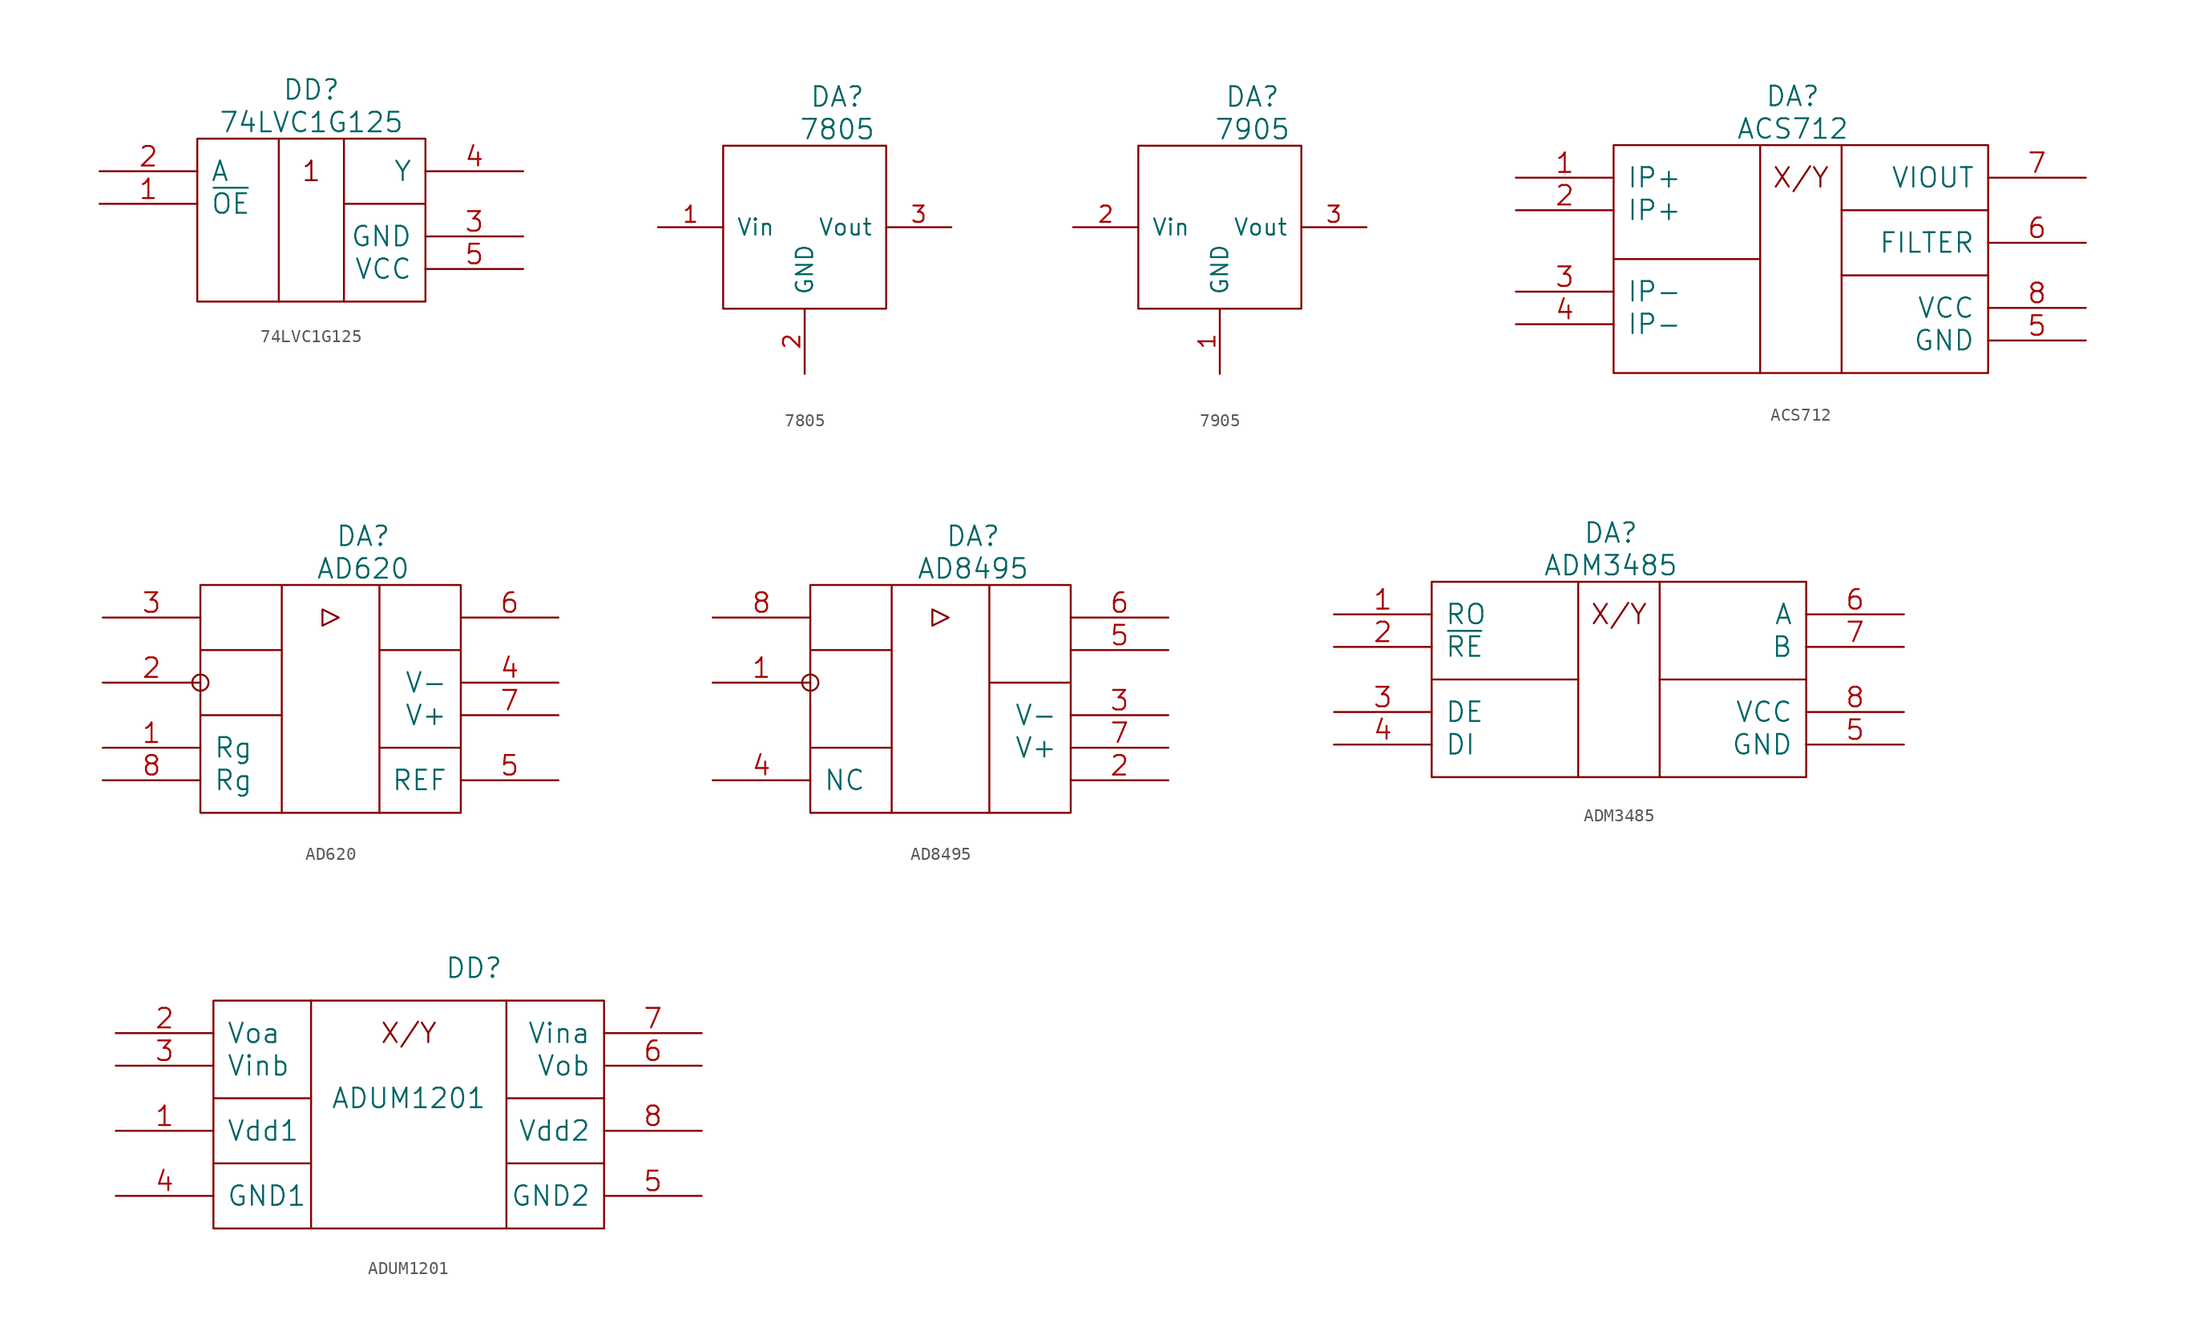
<source format=kicad_sym>
(kicad_symbol_lib
  (version 20211014)
  (generator kicad_symbol_editor)
  (symbol "74LVC1G125"
    (pin_names
      (offset 1.016))
    (property "Reference" "DD"
      (at 8.89 6.35 0)
      (effects (font (size 1.524 1.524))))
    (property "Value" "74LVC1G125"
      (at 8.89 3.81 0)
      (effects (font (size 1.524 1.524))))
    (property "Footprint" ""
      (at 0 2.54 0)
      (effects (font (size 1.524 1.524))))
    (property "Datasheet" ""
      (at 0 2.54 0)
      (effects (font (size 1.524 1.524))))
    (symbol "74LVC1G125_0_0"
      (polyline (pts (xy 6.35 -10.16) (xy 6.35 2.54)) (stroke (width 0) (type default) (color 0 0 0 0)) (fill (type none)))
      (polyline (pts (xy 11.43 -10.16) (xy 11.43 2.54)) (stroke (width 0) (type default) (color 0 0 0 0)) (fill (type none)))
      (polyline (pts (xy 17.78 -2.54) (xy 11.43 -2.54)) (stroke (width 0) (type default) (color 0 0 0 0)) (fill (type none)))
      (rectangle (start 0 2.54) (end 17.78 -10.16) (stroke (width 0) (type default) (color 0 0 0 0)) (fill (type none)))
      (text "1" (at 8.89 0 0) (effects (font (size 1.524 1.524))))
      (pin input line (at -7.62 -2.54 0) (length 7.62) (name "~{OE}" (effects (font (size 1.524 1.524)))) (number "1" (effects (font (size 1.524 1.524)))))
      (pin input line (at -7.62 0 0) (length 7.62) (name "A" (effects (font (size 1.524 1.524)))) (number "2" (effects (font (size 1.524 1.524)))))
      (pin power_out line (at 25.4 -5.08 180) (length 7.62) (name "GND" (effects (font (size 1.524 1.524)))) (number "3" (effects (font (size 1.524 1.524)))))
      (pin output line (at 25.4 0 180) (length 7.62) (name "Y" (effects (font (size 1.524 1.524)))) (number "4" (effects (font (size 1.524 1.524)))))
      (pin power_in line (at 25.4 -7.62 180) (length 7.62) (name "VCC" (effects (font (size 1.524 1.524)))) (number "5" (effects (font (size 1.524 1.524)))))))
  (symbol "7805"
    (pin_names
      (offset 1.016))
    (property "Reference" "DA"
      (at 8.89 3.81 0)
      (effects (font (size 1.524 1.524))))
    (property "Value" "7805"
      (at 8.89 1.27 0)
      (effects (font (size 1.524 1.524))))
    (property "Footprint" ""
      (at 0 0 0)
      (effects (font (size 1.524 1.524))))
    (property "Datasheet" ""
      (at 0 0 0)
      (effects (font (size 1.524 1.524))))
    (symbol "7805_0_1"
      (polyline (pts (xy 0 0) (xy 12.7 0) (xy 12.7 -12.7) (xy 0 -12.7) (xy 0 0) (xy 0 0)) (stroke (width 0) (type default) (color 0 0 0 0)) (fill (type none))))
    (symbol "7805_1_1"
      (pin passive line (at -5.08 -6.35 0) (length 5.08) (name "Vin" (effects (font (size 1.27 1.27)))) (number "1" (effects (font (size 1.27 1.27)))))
      (pin passive line (at 6.35 -17.78 90) (length 5.08) (name "GND" (effects (font (size 1.27 1.27)))) (number "2" (effects (font (size 1.27 1.27)))))
      (pin passive line (at 17.78 -6.35 180) (length 5.08) (name "Vout" (effects (font (size 1.27 1.27)))) (number "3" (effects (font (size 1.27 1.27)))))))
  (symbol "7905"
    (pin_names
      (offset 1.016))
    (property "Reference" "DA"
      (at 8.89 3.81 0)
      (effects (font (size 1.524 1.524))))
    (property "Value" "7905"
      (at 8.89 1.27 0)
      (effects (font (size 1.524 1.524))))
    (property "Footprint" ""
      (at 0 0 0)
      (effects (font (size 1.524 1.524))))
    (property "Datasheet" ""
      (at 0 0 0)
      (effects (font (size 1.524 1.524))))
    (symbol "7905_0_1"
      (polyline (pts (xy 0 0) (xy 12.7 0) (xy 12.7 -12.7) (xy 0 -12.7) (xy 0 0) (xy 0 0)) (stroke (width 0) (type default) (color 0 0 0 0)) (fill (type none))))
    (symbol "7905_1_1"
      (pin passive line (at 6.35 -17.78 90) (length 5.08) (name "GND" (effects (font (size 1.27 1.27)))) (number "1" (effects (font (size 1.27 1.27)))))
      (pin passive line (at -5.08 -6.35 0) (length 5.08) (name "Vin" (effects (font (size 1.27 1.27)))) (number "2" (effects (font (size 1.27 1.27)))))
      (pin passive line (at 17.78 -6.35 180) (length 5.08) (name "Vout" (effects (font (size 1.27 1.27)))) (number "3" (effects (font (size 1.27 1.27)))))))
  (symbol "ACS712"
    (pin_names
      (offset 1.016))
    (property "Reference" "DA"
      (at 13.97 3.81 0)
      (effects (font (size 1.524 1.524))))
    (property "Value" "ACS712"
      (at 13.97 1.27 0)
      (effects (font (size 1.524 1.524))))
    (property "Footprint" ""
      (at 0 0 0)
      (effects (font (size 1.524 1.524))))
    (property "Datasheet" ""
      (at 0 0 0)
      (effects (font (size 1.524 1.524))))
    (symbol "ACS712_0_0"
      (text "X/Y" (at 14.605 -2.54 0) (effects (font (size 1.524 1.524))))
      (pin input line (at -7.62 -2.54 0) (length 7.62) (name "IP+" (effects (font (size 1.524 1.524)))) (number "1" (effects (font (size 1.524 1.524)))))
      (pin input line (at -7.62 -5.08 0) (length 7.62) (name "IP+" (effects (font (size 1.524 1.524)))) (number "2" (effects (font (size 1.524 1.524)))))
      (pin input line (at -7.62 -11.43 0) (length 7.62) (name "IP-" (effects (font (size 1.524 1.524)))) (number "3" (effects (font (size 1.524 1.524)))))
      (pin input line (at -7.62 -13.97 0) (length 7.62) (name "IP-" (effects (font (size 1.524 1.524)))) (number "4" (effects (font (size 1.524 1.524)))))
      (pin power_out line (at 36.83 -15.24 180) (length 7.62) (name "GND" (effects (font (size 1.524 1.524)))) (number "5" (effects (font (size 1.524 1.524)))))
      (pin passive line (at 36.83 -7.62 180) (length 7.62) (name "FILTER" (effects (font (size 1.524 1.524)))) (number "6" (effects (font (size 1.524 1.524)))))
      (pin output line (at 36.83 -2.54 180) (length 7.62) (name "VIOUT" (effects (font (size 1.524 1.524)))) (number "7" (effects (font (size 1.524 1.524)))))
      (pin power_in line (at 36.83 -12.7 180) (length 7.62) (name "VCC" (effects (font (size 1.524 1.524)))) (number "8" (effects (font (size 1.524 1.524))))))
    (symbol "ACS712_0_1"
      (polyline (pts (xy 11.43 -8.89) (xy 0 -8.89)) (stroke (width 0) (type default) (color 0 0 0 0)) (fill (type none)))
      (polyline (pts (xy 11.43 0) (xy 11.43 -17.78)) (stroke (width 0) (type default) (color 0 0 0 0)) (fill (type none)))
      (polyline (pts (xy 17.78 0) (xy 17.78 -17.78)) (stroke (width 0) (type default) (color 0 0 0 0)) (fill (type none)))
      (polyline (pts (xy 29.21 -10.16) (xy 17.78 -10.16)) (stroke (width 0) (type default) (color 0 0 0 0)) (fill (type none)))
      (polyline (pts (xy 29.21 -5.08) (xy 17.78 -5.08)) (stroke (width 0) (type default) (color 0 0 0 0)) (fill (type none)))
      (rectangle (start 0 0) (end 29.21 -17.78) (stroke (width 0) (type default) (color 0 0 0 0)) (fill (type none)))))
  (symbol "AD620"
    (pin_names
      (offset 1.016))
    (property "Reference" "DA"
      (at 12.7 3.81 0)
      (effects (font (size 1.524 1.524))))
    (property "Value" "AD620"
      (at 12.7 1.27 0)
      (effects (font (size 1.524 1.524))))
    (property "Footprint" ""
      (at 0 0 0)
      (effects (font (size 1.524 1.524))))
    (property "Datasheet" ""
      (at 0 0 0)
      (effects (font (size 1.524 1.524))))
    (symbol "AD620_0_0"
      (pin input line (at -7.62 -12.7 0) (length 7.62) (name "Rg" (effects (font (size 1.524 1.524)))) (number "1" (effects (font (size 1.524 1.524)))))
      (pin input line (at -7.62 -7.62 0) (length 7.62) (name "~" (effects (font (size 1.524 1.524)))) (number "2" (effects (font (size 1.524 1.524)))))
      (pin input line (at -7.62 -2.54 0) (length 7.62) (name "~" (effects (font (size 1.524 1.524)))) (number "3" (effects (font (size 1.524 1.524)))))
      (pin input line (at 27.94 -7.62 180) (length 7.62) (name "V-" (effects (font (size 1.524 1.524)))) (number "4" (effects (font (size 1.524 1.524)))))
      (pin input line (at 27.94 -15.24 180) (length 7.62) (name "REF" (effects (font (size 1.524 1.524)))) (number "5" (effects (font (size 1.524 1.524)))))
      (pin input line (at 27.94 -2.54 180) (length 7.62) (name "~" (effects (font (size 1.524 1.524)))) (number "6" (effects (font (size 1.524 1.524)))))
      (pin power_out line (at 27.94 -10.16 180) (length 7.62) (name "V+" (effects (font (size 1.524 1.524)))) (number "7" (effects (font (size 1.524 1.524)))))
      (pin input line (at -7.62 -15.24 0) (length 7.62) (name "Rg" (effects (font (size 1.524 1.524)))) (number "8" (effects (font (size 1.524 1.524))))))
    (symbol "AD620_0_1"
      (circle (center 0 -7.62) (radius 0.635) (stroke (width 0) (type default) (color 0 0 0 0)) (fill (type none)))
      (polyline (pts (xy 6.35 -10.16) (xy 0 -10.16)) (stroke (width 0) (type default) (color 0 0 0 0)) (fill (type none)))
      (polyline (pts (xy 6.35 -5.08) (xy 0 -5.08)) (stroke (width 0) (type default) (color 0 0 0 0)) (fill (type none)))
      (polyline (pts (xy 6.35 0) (xy 6.35 -17.78)) (stroke (width 0) (type default) (color 0 0 0 0)) (fill (type none)))
      (polyline (pts (xy 13.97 0) (xy 13.97 -17.78)) (stroke (width 0) (type default) (color 0 0 0 0)) (fill (type none)))
      (polyline (pts (xy 20.32 -12.7) (xy 13.97 -12.7)) (stroke (width 0) (type default) (color 0 0 0 0)) (fill (type none)))
      (polyline (pts (xy 20.32 -5.08) (xy 13.97 -5.08)) (stroke (width 0) (type default) (color 0 0 0 0)) (fill (type none)))
      (polyline (pts (xy 9.525 -1.905) (xy 9.525 -3.175) (xy 10.795 -2.54) (xy 9.525 -1.905)) (stroke (width 0) (type default) (color 0 0 0 0)) (fill (type none)))
      (rectangle (start 0 0) (end 20.32 -17.78) (stroke (width 0) (type default) (color 0 0 0 0)) (fill (type none)))))
  (symbol "AD8495"
    (pin_names
      (offset 1.016))
    (property "Reference" "DA"
      (at 12.7 3.81 0)
      (effects (font (size 1.524 1.524))))
    (property "Value" "AD8495"
      (at 12.7 1.27 0)
      (effects (font (size 1.524 1.524))))
    (property "Footprint" ""
      (at 0 0 0)
      (effects (font (size 1.524 1.524))))
    (property "Datasheet" ""
      (at 0 0 0)
      (effects (font (size 1.524 1.524))))
    (symbol "AD8495_0_0"
      (pin input line (at -7.62 -7.62 0) (length 7.62) (name "~" (effects (font (size 1.524 1.524)))) (number "1" (effects (font (size 1.524 1.524)))))
      (pin input line (at 27.94 -15.24 180) (length 7.62) (name "~" (effects (font (size 1.524 1.524)))) (number "2" (effects (font (size 1.524 1.524)))))
      (pin input line (at 27.94 -10.16 180) (length 7.62) (name "V-" (effects (font (size 1.524 1.524)))) (number "3" (effects (font (size 1.524 1.524)))))
      (pin input line (at -7.62 -15.24 0) (length 7.62) (name "NC" (effects (font (size 1.524 1.524)))) (number "4" (effects (font (size 1.524 1.524)))))
      (pin input line (at 27.94 -5.08 180) (length 7.62) (name "~" (effects (font (size 1.524 1.524)))) (number "5" (effects (font (size 1.524 1.524)))))
      (pin input line (at 27.94 -2.54 180) (length 7.62) (name "~" (effects (font (size 1.524 1.524)))) (number "6" (effects (font (size 1.524 1.524)))))
      (pin power_out line (at 27.94 -12.7 180) (length 7.62) (name "V+" (effects (font (size 1.524 1.524)))) (number "7" (effects (font (size 1.524 1.524)))))
      (pin input line (at -7.62 -2.54 0) (length 7.62) (name "~" (effects (font (size 1.524 1.524)))) (number "8" (effects (font (size 1.524 1.524))))))
    (symbol "AD8495_0_1"
      (circle (center 0 -7.62) (radius 0.635) (stroke (width 0) (type default) (color 0 0 0 0)) (fill (type none)))
      (polyline (pts (xy 6.35 -12.7) (xy 0 -12.7)) (stroke (width 0) (type default) (color 0 0 0 0)) (fill (type none)))
      (polyline (pts (xy 6.35 -5.08) (xy 0 -5.08)) (stroke (width 0) (type default) (color 0 0 0 0)) (fill (type none)))
      (polyline (pts (xy 6.35 0) (xy 6.35 -17.78)) (stroke (width 0) (type default) (color 0 0 0 0)) (fill (type none)))
      (polyline (pts (xy 13.97 0) (xy 13.97 -17.78)) (stroke (width 0) (type default) (color 0 0 0 0)) (fill (type none)))
      (polyline (pts (xy 20.32 -7.62) (xy 13.97 -7.62)) (stroke (width 0) (type default) (color 0 0 0 0)) (fill (type none)))
      (polyline (pts (xy 9.525 -1.905) (xy 9.525 -3.175) (xy 10.795 -2.54) (xy 9.525 -1.905)) (stroke (width 0) (type default) (color 0 0 0 0)) (fill (type none)))
      (rectangle (start 0 0) (end 20.32 -17.78) (stroke (width 0) (type default) (color 0 0 0 0)) (fill (type none)))))
  (symbol "ADM3485"
    (pin_names
      (offset 1.016))
    (property "Reference" "DA"
      (at 13.97 3.81 0)
      (effects (font (size 1.524 1.524))))
    (property "Value" "ADM3485"
      (at 13.97 1.27 0)
      (effects (font (size 1.524 1.524))))
    (property "Footprint" ""
      (at 0 0 0)
      (effects (font (size 1.524 1.524))))
    (property "Datasheet" ""
      (at 0 0 0)
      (effects (font (size 1.524 1.524))))
    (symbol "ADM3485_0_0"
      (text "X/Y" (at 14.605 -2.54 0) (effects (font (size 1.524 1.524))))
      (pin output line (at -7.62 -2.54 0) (length 7.62) (name "RO" (effects (font (size 1.524 1.524)))) (number "1" (effects (font (size 1.524 1.524)))))
      (pin output line (at -7.62 -5.08 0) (length 7.62) (name "~{RE}" (effects (font (size 1.524 1.524)))) (number "2" (effects (font (size 1.524 1.524)))))
      (pin input line (at -7.62 -10.16 0) (length 7.62) (name "DE" (effects (font (size 1.524 1.524)))) (number "3" (effects (font (size 1.524 1.524)))))
      (pin input line (at -7.62 -12.7 0) (length 7.62) (name "DI" (effects (font (size 1.524 1.524)))) (number "4" (effects (font (size 1.524 1.524)))))
      (pin passive line (at 36.83 -12.7 180) (length 7.62) (name "GND" (effects (font (size 1.524 1.524)))) (number "5" (effects (font (size 1.524 1.524)))))
      (pin power_out line (at 36.83 -2.54 180) (length 7.62) (name "A" (effects (font (size 1.524 1.524)))) (number "6" (effects (font (size 1.524 1.524)))))
      (pin power_out line (at 36.83 -5.08 180) (length 7.62) (name "B" (effects (font (size 1.524 1.524)))) (number "7" (effects (font (size 1.524 1.524)))))
      (pin power_in line (at 36.83 -10.16 180) (length 7.62) (name "VCC" (effects (font (size 1.524 1.524)))) (number "8" (effects (font (size 1.524 1.524))))))
    (symbol "ADM3485_0_1"
      (polyline (pts (xy 11.43 -7.62) (xy 0 -7.62)) (stroke (width 0) (type default) (color 0 0 0 0)) (fill (type none)))
      (polyline (pts (xy 11.43 0) (xy 11.43 -15.24)) (stroke (width 0) (type default) (color 0 0 0 0)) (fill (type none)))
      (polyline (pts (xy 17.78 0) (xy 17.78 -15.24)) (stroke (width 0) (type default) (color 0 0 0 0)) (fill (type none)))
      (polyline (pts (xy 29.21 -7.62) (xy 17.78 -7.62)) (stroke (width 0) (type default) (color 0 0 0 0)) (fill (type none)))
      (rectangle (start 0 0) (end 29.21 -15.24) (stroke (width 0) (type default) (color 0 0 0 0)) (fill (type none)))))
  (symbol "ADUM1201"
    (pin_names
      (offset 1.016))
    (property "Reference" "DD"
      (at 20.32 2.54 0)
      (effects (font (size 1.524 1.524))))
    (property "Value" "ADUM1201"
      (at 15.24 -7.62 0)
      (effects (font (size 1.524 1.524))))
    (property "Footprint" ""
      (at 0 0 0)
      (effects (font (size 1.524 1.524))))
    (property "Datasheet" ""
      (at 0 0 0)
      (effects (font (size 1.524 1.524))))
    (symbol "ADUM1201_0_0"
      (text "X/Y" (at 15.24 -2.54 0) (effects (font (size 1.524 1.524))))
      (pin input line (at -7.62 -10.16 0) (length 7.62) (name "Vdd1" (effects (font (size 1.524 1.524)))) (number "1" (effects (font (size 1.524 1.524)))))
      (pin input line (at -7.62 -2.54 0) (length 7.62) (name "Voa" (effects (font (size 1.524 1.524)))) (number "2" (effects (font (size 1.524 1.524)))))
      (pin input line (at -7.62 -5.08 0) (length 7.62) (name "Vinb" (effects (font (size 1.524 1.524)))) (number "3" (effects (font (size 1.524 1.524)))))
      (pin input line (at -7.62 -15.24 0) (length 7.62) (name "GND1" (effects (font (size 1.524 1.524)))) (number "4" (effects (font (size 1.524 1.524)))))
      (pin input line (at 38.1 -15.24 180) (length 7.62) (name "GND2" (effects (font (size 1.524 1.524)))) (number "5" (effects (font (size 1.524 1.524)))))
      (pin input line (at 38.1 -5.08 180) (length 7.62) (name "Vob" (effects (font (size 1.524 1.524)))) (number "6" (effects (font (size 1.524 1.524)))))
      (pin input line (at 38.1 -2.54 180) (length 7.62) (name "Vina" (effects (font (size 1.524 1.524)))) (number "7" (effects (font (size 1.524 1.524)))))
      (pin input line (at 38.1 -10.16 180) (length 7.62) (name "Vdd2" (effects (font (size 1.524 1.524)))) (number "8" (effects (font (size 1.524 1.524))))))
    (symbol "ADUM1201_0_1"
      (polyline (pts (xy 0 -12.7) (xy 7.62 -12.7)) (stroke (width 0) (type default) (color 0 0 0 0)) (fill (type none)))
      (polyline (pts (xy 0 -7.62) (xy 7.62 -7.62)) (stroke (width 0) (type default) (color 0 0 0 0)) (fill (type none)))
      (polyline (pts (xy 7.62 -17.78) (xy 7.62 0)) (stroke (width 0) (type default) (color 0 0 0 0)) (fill (type none)))
      (polyline (pts (xy 22.86 -17.78) (xy 22.86 0)) (stroke (width 0) (type default) (color 0 0 0 0)) (fill (type none)))
      (polyline (pts (xy 22.86 -12.7) (xy 30.48 -12.7)) (stroke (width 0) (type default) (color 0 0 0 0)) (fill (type none)))
      (polyline (pts (xy 22.86 -7.62) (xy 30.48 -7.62)) (stroke (width 0) (type default) (color 0 0 0 0)) (fill (type none)))
      (rectangle (start 0 0) (end 30.48 -17.78) (stroke (width 0) (type default) (color 0 0 0 0)) (fill (type none))))))
</source>
